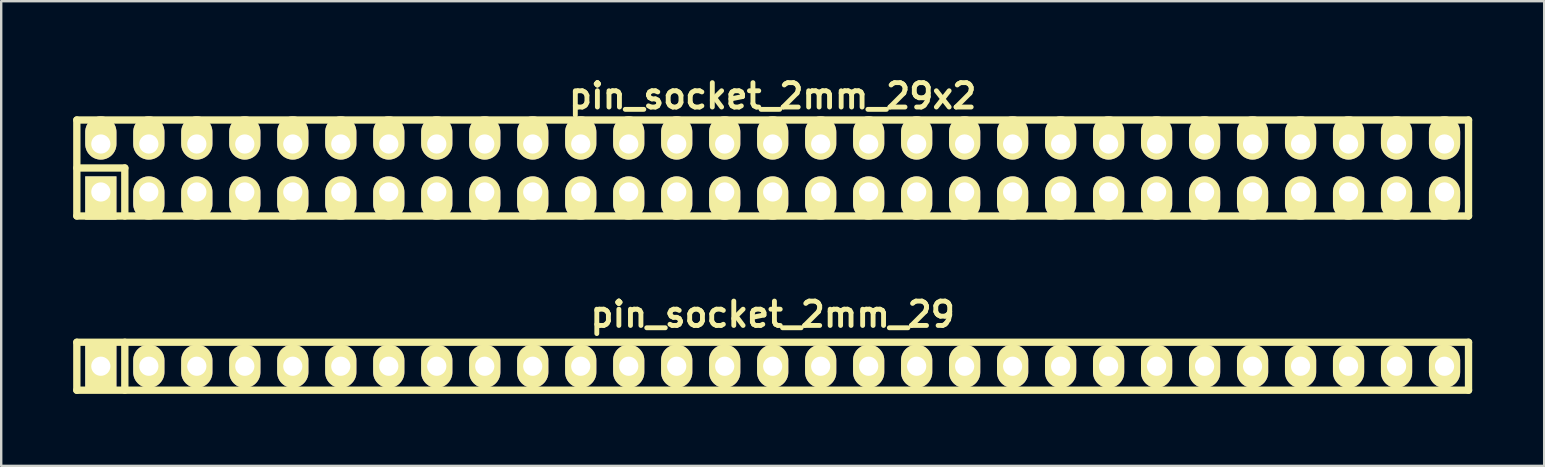
<source format=kicad_pcb>
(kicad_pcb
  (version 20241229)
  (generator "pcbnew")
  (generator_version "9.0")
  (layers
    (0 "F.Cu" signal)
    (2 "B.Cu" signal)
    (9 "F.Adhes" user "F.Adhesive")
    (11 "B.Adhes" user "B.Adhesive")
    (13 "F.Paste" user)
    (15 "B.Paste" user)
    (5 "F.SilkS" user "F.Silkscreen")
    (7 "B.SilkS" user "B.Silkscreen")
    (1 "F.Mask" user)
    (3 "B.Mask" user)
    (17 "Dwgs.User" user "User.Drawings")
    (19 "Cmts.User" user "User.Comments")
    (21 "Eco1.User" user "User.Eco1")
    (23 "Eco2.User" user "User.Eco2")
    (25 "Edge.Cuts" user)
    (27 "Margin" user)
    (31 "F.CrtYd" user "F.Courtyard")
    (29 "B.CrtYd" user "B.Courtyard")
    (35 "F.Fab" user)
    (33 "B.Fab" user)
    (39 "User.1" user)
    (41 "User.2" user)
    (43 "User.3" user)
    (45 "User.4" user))
  (footprint "pin_socket_2mm_29"
    (layer "F.Cu")
    (at 29.152 12.213)
    (property "Reference" "pin_socket_2mm_29" (at 0 -2.159 0) (layer "F.SilkS") (effects (font (size 1.016 1.016) (thickness 0.203))))
    (attr through_hole)
    (fp_line (start -29 -1) (end 29 -1) (stroke (width 0.305) (type solid)) (layer "F.SilkS"))
    (fp_line (start -29 1) (end -29 -1) (stroke (width 0.305) (type solid)) (layer "F.SilkS"))
    (fp_line (start -27 -1) (end -27 1) (stroke (width 0.305) (type solid)) (layer "F.SilkS"))
    (fp_line (start 29 -1) (end 29 1) (stroke (width 0.305) (type solid)) (layer "F.SilkS"))
    (fp_line (start 29 1) (end -29 1) (stroke (width 0.305) (type solid)) (layer "F.SilkS"))
    (pad "1" thru_hole rect (at -28 0) (size 1.3 1.8) (drill 0.8) (layers "*.Cu" "*.Mask" "F.SilkS"))
    (pad "2" thru_hole oval (at -26 0) (size 1.3 1.8) (drill 0.8) (layers "*.Cu" "*.Mask" "F.SilkS"))
    (pad "3" thru_hole oval (at -24 0) (size 1.3 1.8) (drill 0.8) (layers "*.Cu" "*.Mask" "F.SilkS"))
    (pad "4" thru_hole oval (at -22 0) (size 1.3 1.8) (drill 0.8) (layers "*.Cu" "*.Mask" "F.SilkS"))
    (pad "5" thru_hole oval (at -20 0) (size 1.3 1.8) (drill 0.8) (layers "*.Cu" "*.Mask" "F.SilkS"))
    (pad "6" thru_hole oval (at -18 0) (size 1.3 1.8) (drill 0.8) (layers "*.Cu" "*.Mask" "F.SilkS"))
    (pad "7" thru_hole oval (at -16 0) (size 1.3 1.8) (drill 0.8) (layers "*.Cu" "*.Mask" "F.SilkS"))
    (pad "8" thru_hole oval (at -14 0) (size 1.3 1.8) (drill 0.8) (layers "*.Cu" "*.Mask" "F.SilkS"))
    (pad "9" thru_hole oval (at -12 0) (size 1.3 1.8) (drill 0.8) (layers "*.Cu" "*.Mask" "F.SilkS"))
    (pad "10" thru_hole oval (at -10 0) (size 1.3 1.8) (drill 0.8) (layers "*.Cu" "*.Mask" "F.SilkS"))
    (pad "11" thru_hole oval (at -8 0) (size 1.3 1.8) (drill 0.8) (layers "*.Cu" "*.Mask" "F.SilkS"))
    (pad "12" thru_hole oval (at -6 0) (size 1.3 1.8) (drill 0.8) (layers "*.Cu" "*.Mask" "F.SilkS"))
    (pad "13" thru_hole oval (at -4 0) (size 1.3 1.8) (drill 0.8) (layers "*.Cu" "*.Mask" "F.SilkS"))
    (pad "14" thru_hole oval (at -2 0) (size 1.3 1.8) (drill 0.8) (layers "*.Cu" "*.Mask" "F.SilkS"))
    (pad "15" thru_hole oval (at 0 0) (size 1.3 1.8) (drill 0.8) (layers "*.Cu" "*.Mask" "F.SilkS"))
    (pad "16" thru_hole oval (at 2 0) (size 1.3 1.8) (drill 0.8) (layers "*.Cu" "*.Mask" "F.SilkS"))
    (pad "17" thru_hole oval (at 4 0) (size 1.3 1.8) (drill 0.8) (layers "*.Cu" "*.Mask" "F.SilkS"))
    (pad "18" thru_hole oval (at 6 0) (size 1.3 1.8) (drill 0.8) (layers "*.Cu" "*.Mask" "F.SilkS"))
    (pad "19" thru_hole oval (at 8 0) (size 1.3 1.8) (drill 0.8) (layers "*.Cu" "*.Mask" "F.SilkS"))
    (pad "20" thru_hole oval (at 10 0) (size 1.3 1.8) (drill 0.8) (layers "*.Cu" "*.Mask" "F.SilkS"))
    (pad "21" thru_hole oval (at 12 0) (size 1.3 1.8) (drill 0.8) (layers "*.Cu" "*.Mask" "F.SilkS"))
    (pad "22" thru_hole oval (at 14 0) (size 1.3 1.8) (drill 0.8) (layers "*.Cu" "*.Mask" "F.SilkS"))
    (pad "23" thru_hole oval (at 16 0) (size 1.3 1.8) (drill 0.8) (layers "*.Cu" "*.Mask" "F.SilkS"))
    (pad "24" thru_hole oval (at 18 0) (size 1.3 1.8) (drill 0.8) (layers "*.Cu" "*.Mask" "F.SilkS"))
    (pad "25" thru_hole oval (at 20 0) (size 1.3 1.8) (drill 0.8) (layers "*.Cu" "*.Mask" "F.SilkS"))
    (pad "26" thru_hole oval (at 22 0) (size 1.3 1.8) (drill 0.8) (layers "*.Cu" "*.Mask" "F.SilkS"))
    (pad "27" thru_hole oval (at 24 0) (size 1.3 1.8) (drill 0.8) (layers "*.Cu" "*.Mask" "F.SilkS"))
    (pad "28" thru_hole oval (at 26 0) (size 1.3 1.8) (drill 0.8) (layers "*.Cu" "*.Mask" "F.SilkS"))
    (pad "29" thru_hole oval (at 28 0) (size 1.3 1.8) (drill 0.8) (layers "*.Cu" "*.Mask" "F.SilkS")))
  (footprint "pin_socket_2mm_29x2"
    (layer "F.Cu")
    (at 29.152 3.951)
    (property "Reference" "pin_socket_2mm_29x2" (at 0 -3 0) (layer "F.SilkS") (effects (font (size 1.016 1.016) (thickness 0.203))))
    (attr through_hole)
    (fp_line (start -29 -2) (end 29 -2) (stroke (width 0.305) (type solid)) (layer "F.SilkS"))
    (fp_line (start -29 0) (end -27 0) (stroke (width 0.305) (type solid)) (layer "F.SilkS"))
    (fp_line (start -29 2) (end -29 -2) (stroke (width 0.305) (type solid)) (layer "F.SilkS"))
    (fp_line (start -27 0) (end -27 2) (stroke (width 0.305) (type solid)) (layer "F.SilkS"))
    (fp_line (start 29 -2) (end 29 2) (stroke (width 0.305) (type solid)) (layer "F.SilkS"))
    (fp_line (start 29 2) (end -29 2) (stroke (width 0.305) (type solid)) (layer "F.SilkS"))
    (pad "1" thru_hole rect (at -28 1) (size 1.3 1.8) (drill 0.8 (offset 0 0.25)) (layers "*.Cu" "*.Mask" "F.SilkS"))
    (pad "2" thru_hole oval (at -28 -1) (size 1.3 1.8) (drill 0.8 (offset 0 -0.25)) (layers "*.Cu" "*.Mask" "F.SilkS"))
    (pad "3" thru_hole oval (at -26 1) (size 1.3 1.8) (drill 0.8 (offset 0 0.25)) (layers "*.Cu" "*.Mask" "F.SilkS"))
    (pad "4" thru_hole oval (at -26 -1) (size 1.3 1.8) (drill 0.8 (offset 0 -0.25)) (layers "*.Cu" "*.Mask" "F.SilkS"))
    (pad "5" thru_hole oval (at -24 1) (size 1.3 1.8) (drill 0.8 (offset 0 0.25)) (layers "*.Cu" "*.Mask" "F.SilkS"))
    (pad "6" thru_hole oval (at -24 -1) (size 1.3 1.8) (drill 0.8 (offset 0 -0.25)) (layers "*.Cu" "*.Mask" "F.SilkS"))
    (pad "7" thru_hole oval (at -22 1) (size 1.3 1.8) (drill 0.8 (offset 0 0.25)) (layers "*.Cu" "*.Mask" "F.SilkS"))
    (pad "8" thru_hole oval (at -22 -1) (size 1.3 1.8) (drill 0.8 (offset 0 -0.25)) (layers "*.Cu" "*.Mask" "F.SilkS"))
    (pad "9" thru_hole oval (at -20 1) (size 1.3 1.8) (drill 0.8 (offset 0 0.25)) (layers "*.Cu" "*.Mask" "F.SilkS"))
    (pad "10" thru_hole oval (at -20 -1) (size 1.3 1.8) (drill 0.8 (offset 0 -0.25)) (layers "*.Cu" "*.Mask" "F.SilkS"))
    (pad "11" thru_hole oval (at -18 1) (size 1.3 1.8) (drill 0.8 (offset 0 0.25)) (layers "*.Cu" "*.Mask" "F.SilkS"))
    (pad "12" thru_hole oval (at -18 -1) (size 1.3 1.8) (drill 0.8 (offset 0 -0.25)) (layers "*.Cu" "*.Mask" "F.SilkS"))
    (pad "13" thru_hole oval (at -16 1) (size 1.3 1.8) (drill 0.8 (offset 0 0.25)) (layers "*.Cu" "*.Mask" "F.SilkS"))
    (pad "14" thru_hole oval (at -16 -1) (size 1.3 1.8) (drill 0.8 (offset 0 -0.25)) (layers "*.Cu" "*.Mask" "F.SilkS"))
    (pad "15" thru_hole oval (at -14 1) (size 1.3 1.8) (drill 0.8 (offset 0 0.25)) (layers "*.Cu" "*.Mask" "F.SilkS"))
    (pad "16" thru_hole oval (at -14 -1) (size 1.3 1.8) (drill 0.8 (offset 0 -0.25)) (layers "*.Cu" "*.Mask" "F.SilkS"))
    (pad "17" thru_hole oval (at -12 1) (size 1.3 1.8) (drill 0.8 (offset 0 0.25)) (layers "*.Cu" "*.Mask" "F.SilkS"))
    (pad "18" thru_hole oval (at -12 -1) (size 1.3 1.8) (drill 0.8 (offset 0 -0.25)) (layers "*.Cu" "*.Mask" "F.SilkS"))
    (pad "19" thru_hole oval (at -10 1) (size 1.3 1.8) (drill 0.8 (offset 0 0.25)) (layers "*.Cu" "*.Mask" "F.SilkS"))
    (pad "20" thru_hole oval (at -10 -1) (size 1.3 1.8) (drill 0.8 (offset 0 -0.25)) (layers "*.Cu" "*.Mask" "F.SilkS"))
    (pad "21" thru_hole oval (at -8 1) (size 1.3 1.8) (drill 0.8 (offset 0 0.25)) (layers "*.Cu" "*.Mask" "F.SilkS"))
    (pad "22" thru_hole oval (at -8 -1) (size 1.3 1.8) (drill 0.8 (offset 0 -0.25)) (layers "*.Cu" "*.Mask" "F.SilkS"))
    (pad "23" thru_hole oval (at -6 1) (size 1.3 1.8) (drill 0.8 (offset 0 0.25)) (layers "*.Cu" "*.Mask" "F.SilkS"))
    (pad "24" thru_hole oval (at -6 -1) (size 1.3 1.8) (drill 0.8 (offset 0 -0.25)) (layers "*.Cu" "*.Mask" "F.SilkS"))
    (pad "25" thru_hole oval (at -4 1) (size 1.3 1.8) (drill 0.8 (offset 0 0.25)) (layers "*.Cu" "*.Mask" "F.SilkS"))
    (pad "26" thru_hole oval (at -4 -1) (size 1.3 1.8) (drill 0.8 (offset 0 -0.25)) (layers "*.Cu" "*.Mask" "F.SilkS"))
    (pad "27" thru_hole oval (at -2 1) (size 1.3 1.8) (drill 0.8 (offset 0 0.25)) (layers "*.Cu" "*.Mask" "F.SilkS"))
    (pad "28" thru_hole oval (at -2 -1) (size 1.3 1.8) (drill 0.8 (offset 0 -0.25)) (layers "*.Cu" "*.Mask" "F.SilkS"))
    (pad "29" thru_hole oval (at 0 1) (size 1.3 1.8) (drill 0.8 (offset 0 0.25)) (layers "*.Cu" "*.Mask" "F.SilkS"))
    (pad "30" thru_hole oval (at 0 -1) (size 1.3 1.8) (drill 0.8 (offset 0 -0.25)) (layers "*.Cu" "*.Mask" "F.SilkS"))
    (pad "31" thru_hole oval (at 2 1) (size 1.3 1.8) (drill 0.8 (offset 0 0.25)) (layers "*.Cu" "*.Mask" "F.SilkS"))
    (pad "32" thru_hole oval (at 2 -1) (size 1.3 1.8) (drill 0.8 (offset 0 -0.25)) (layers "*.Cu" "*.Mask" "F.SilkS"))
    (pad "33" thru_hole oval (at 4 1) (size 1.3 1.8) (drill 0.8 (offset 0 0.25)) (layers "*.Cu" "*.Mask" "F.SilkS"))
    (pad "34" thru_hole oval (at 4 -1) (size 1.3 1.8) (drill 0.8 (offset 0 -0.25)) (layers "*.Cu" "*.Mask" "F.SilkS"))
    (pad "35" thru_hole oval (at 6 1) (size 1.3 1.8) (drill 0.8 (offset 0 0.25)) (layers "*.Cu" "*.Mask" "F.SilkS"))
    (pad "36" thru_hole oval (at 6 -1) (size 1.3 1.8) (drill 0.8 (offset 0 -0.25)) (layers "*.Cu" "*.Mask" "F.SilkS"))
    (pad "37" thru_hole oval (at 8 1) (size 1.3 1.8) (drill 0.8 (offset 0 0.25)) (layers "*.Cu" "*.Mask" "F.SilkS"))
    (pad "38" thru_hole oval (at 8 -1) (size 1.3 1.8) (drill 0.8 (offset 0 -0.25)) (layers "*.Cu" "*.Mask" "F.SilkS"))
    (pad "39" thru_hole oval (at 10 1) (size 1.3 1.8) (drill 0.8 (offset 0 0.25)) (layers "*.Cu" "*.Mask" "F.SilkS"))
    (pad "40" thru_hole oval (at 10 -1) (size 1.3 1.8) (drill 0.8 (offset 0 -0.25)) (layers "*.Cu" "*.Mask" "F.SilkS"))
    (pad "41" thru_hole oval (at 12 1) (size 1.3 1.8) (drill 0.8 (offset 0 0.25)) (layers "*.Cu" "*.Mask" "F.SilkS"))
    (pad "42" thru_hole oval (at 12 -1) (size 1.3 1.8) (drill 0.8 (offset 0 -0.25)) (layers "*.Cu" "*.Mask" "F.SilkS"))
    (pad "43" thru_hole oval (at 14 1) (size 1.3 1.8) (drill 0.8 (offset 0 0.25)) (layers "*.Cu" "*.Mask" "F.SilkS"))
    (pad "44" thru_hole oval (at 14 -1) (size 1.3 1.8) (drill 0.8 (offset 0 -0.25)) (layers "*.Cu" "*.Mask" "F.SilkS"))
    (pad "45" thru_hole oval (at 16 1) (size 1.3 1.8) (drill 0.8 (offset 0 0.25)) (layers "*.Cu" "*.Mask" "F.SilkS"))
    (pad "46" thru_hole oval (at 16 -1) (size 1.3 1.8) (drill 0.8 (offset 0 -0.25)) (layers "*.Cu" "*.Mask" "F.SilkS"))
    (pad "47" thru_hole oval (at 18 1) (size 1.3 1.8) (drill 0.8 (offset 0 0.25)) (layers "*.Cu" "*.Mask" "F.SilkS"))
    (pad "48" thru_hole oval (at 18 -1) (size 1.3 1.8) (drill 0.8 (offset 0 -0.25)) (layers "*.Cu" "*.Mask" "F.SilkS"))
    (pad "49" thru_hole oval (at 20 1) (size 1.3 1.8) (drill 0.8 (offset 0 0.25)) (layers "*.Cu" "*.Mask" "F.SilkS"))
    (pad "50" thru_hole oval (at 20 -1) (size 1.3 1.8) (drill 0.8 (offset 0 -0.25)) (layers "*.Cu" "*.Mask" "F.SilkS"))
    (pad "51" thru_hole oval (at 22 1) (size 1.3 1.8) (drill 0.8 (offset 0 0.25)) (layers "*.Cu" "*.Mask" "F.SilkS"))
    (pad "52" thru_hole oval (at 22 -1) (size 1.3 1.8) (drill 0.8 (offset 0 -0.25)) (layers "*.Cu" "*.Mask" "F.SilkS"))
    (pad "53" thru_hole oval (at 24 1) (size 1.3 1.8) (drill 0.8 (offset 0 0.25)) (layers "*.Cu" "*.Mask" "F.SilkS"))
    (pad "54" thru_hole oval (at 24 -1) (size 1.3 1.8) (drill 0.8 (offset 0 -0.25)) (layers "*.Cu" "*.Mask" "F.SilkS"))
    (pad "55" thru_hole oval (at 26 1) (size 1.3 1.8) (drill 0.8 (offset 0 0.25)) (layers "*.Cu" "*.Mask" "F.SilkS"))
    (pad "56" thru_hole oval (at 26 -1) (size 1.3 1.8) (drill 0.8 (offset 0 -0.25)) (layers "*.Cu" "*.Mask" "F.SilkS"))
    (pad "57" thru_hole oval (at 28 1) (size 1.3 1.8) (drill 0.8 (offset 0 0.25)) (layers "*.Cu" "*.Mask" "F.SilkS"))
    (pad "58" thru_hole oval (at 28 -1) (size 1.3 1.8) (drill 0.8 (offset 0 -0.25)) (layers "*.Cu" "*.Mask" "F.SilkS")))
  (gr_rect
    (start -3 -3)
    (end 61.305 16.366)
    (stroke (width 0.1) (type default))
    (fill no)
    (layer "Edge.Cuts")))
</source>
